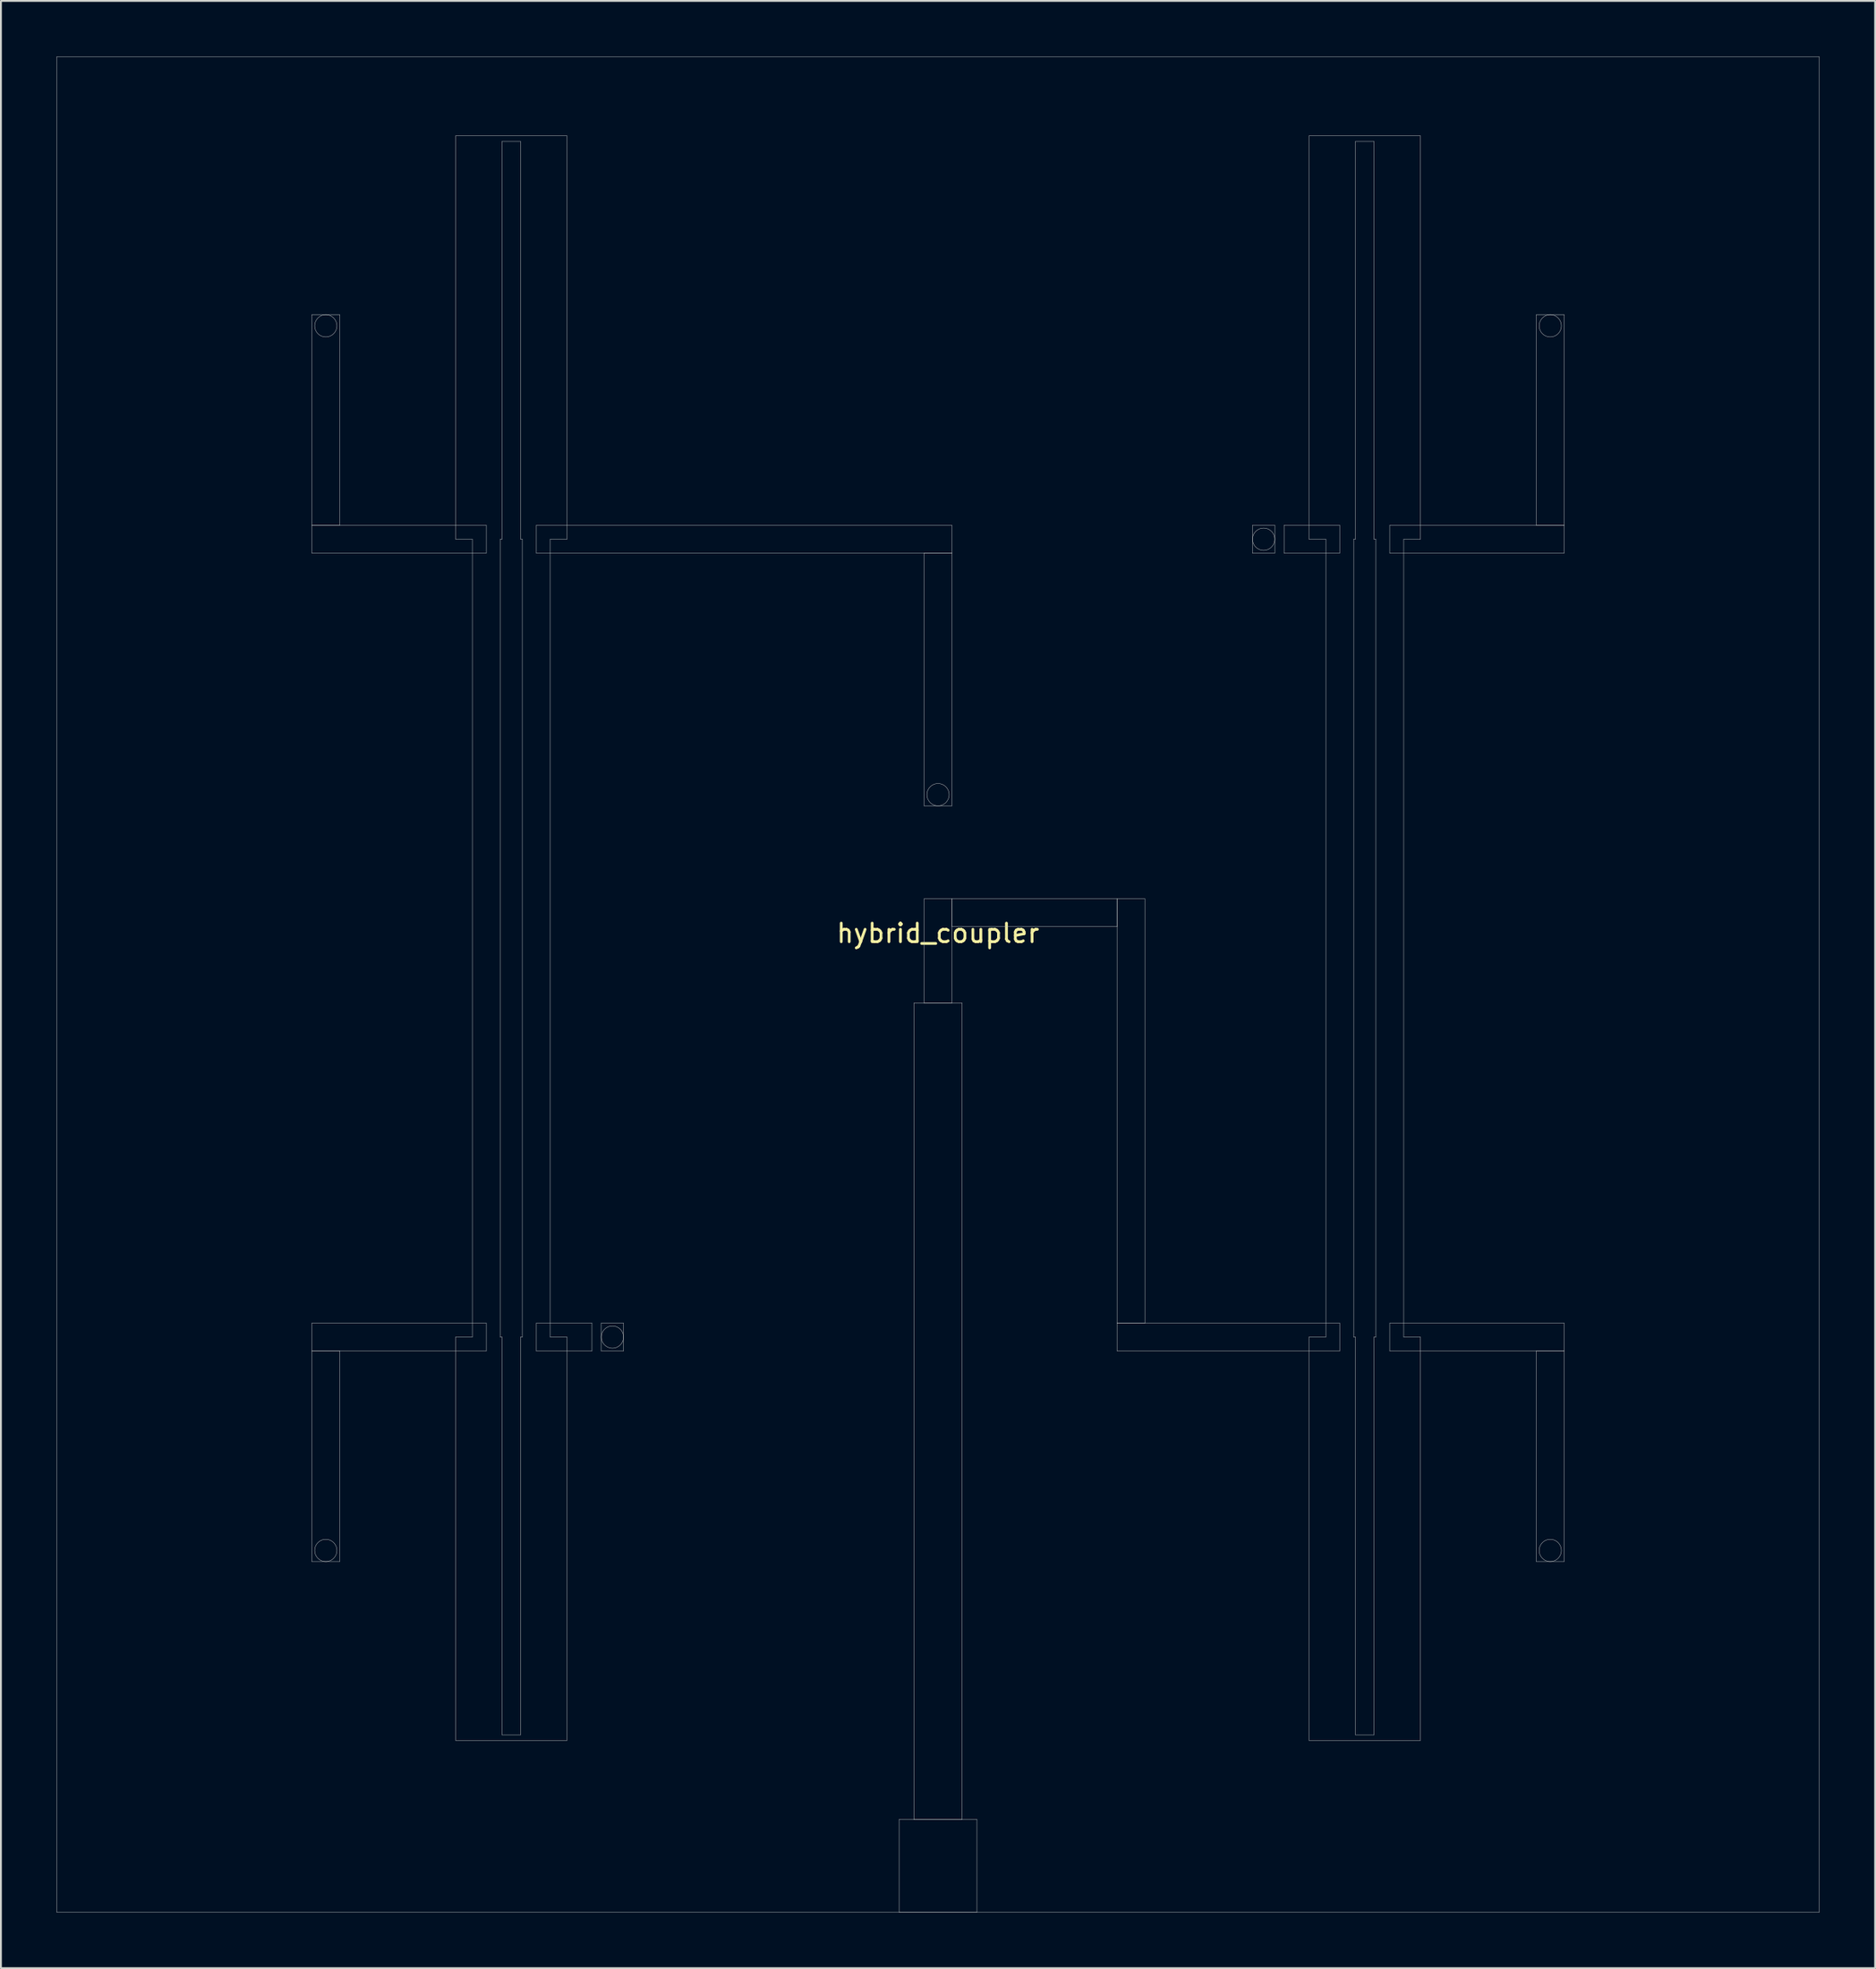
<source format=kicad_pcb>
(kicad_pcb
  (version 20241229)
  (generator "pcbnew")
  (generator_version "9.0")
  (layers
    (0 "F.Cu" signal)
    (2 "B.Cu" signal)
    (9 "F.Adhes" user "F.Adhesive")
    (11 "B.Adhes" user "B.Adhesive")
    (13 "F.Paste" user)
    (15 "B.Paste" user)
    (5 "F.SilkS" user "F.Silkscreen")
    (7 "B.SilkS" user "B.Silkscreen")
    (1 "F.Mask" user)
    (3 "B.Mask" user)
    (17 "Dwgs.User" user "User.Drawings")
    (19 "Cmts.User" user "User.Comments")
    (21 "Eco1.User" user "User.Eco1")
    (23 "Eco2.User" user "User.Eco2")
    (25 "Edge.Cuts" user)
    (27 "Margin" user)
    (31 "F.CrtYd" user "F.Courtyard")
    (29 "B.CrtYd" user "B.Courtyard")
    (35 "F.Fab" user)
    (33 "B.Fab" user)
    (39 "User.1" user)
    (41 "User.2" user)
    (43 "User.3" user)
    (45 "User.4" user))
  (footprint "hybrid_coupler"
    (layer "F.Cu")
    (at 47.508 46.746)
    (property "Reference" "hybrid_coupler" (at 0 0.5 0) (layer "F.SilkS") (effects (font (size 1 1) (thickness 0.15))))
    (attr through_hole)
    (fp_line (start -47.498 -46.736) (end -47.498 53.264) (stroke (width 0.02) (type solid)) (layer "Dwgs.User"))
    (fp_line (start -47.498 53.264) (end 47.502 53.264) (stroke (width 0.02) (type solid)) (layer "Dwgs.User"))
    (fp_line (start -33.748 -32.836) (end -33.748 -21.486) (stroke (width 0.02) (type solid)) (layer "Dwgs.User"))
    (fp_line (start -33.748 -21.486) (end -33.748 -19.986) (stroke (width 0.02) (type solid)) (layer "Dwgs.User"))
    (fp_line (start -33.748 -21.486) (end -32.248 -21.486) (stroke (width 0.02) (type solid)) (layer "Dwgs.User"))
    (fp_line (start -33.748 -19.986) (end -24.348 -19.986) (stroke (width 0.02) (type solid)) (layer "Dwgs.User"))
    (fp_line (start -33.748 21.514) (end -33.748 23.014) (stroke (width 0.02) (type solid)) (layer "Dwgs.User"))
    (fp_line (start -33.748 23.014) (end -33.748 34.364) (stroke (width 0.02) (type solid)) (layer "Dwgs.User"))
    (fp_line (start -33.748 23.014) (end -24.348 23.014) (stroke (width 0.02) (type solid)) (layer "Dwgs.User"))
    (fp_line (start -33.748 34.364) (end -32.248 34.364) (stroke (width 0.02) (type solid)) (layer "Dwgs.User"))
    (fp_line (start -32.248 -32.836) (end -33.748 -32.836) (stroke (width 0.02) (type solid)) (layer "Dwgs.User"))
    (fp_line (start -32.248 -21.486) (end -32.248 -32.836) (stroke (width 0.02) (type solid)) (layer "Dwgs.User"))
    (fp_line (start -32.248 23.014) (end -33.748 23.014) (stroke (width 0.02) (type solid)) (layer "Dwgs.User"))
    (fp_line (start -32.248 34.364) (end -32.248 23.014) (stroke (width 0.02) (type solid)) (layer "Dwgs.User"))
    (fp_line (start -25.998 -42.472) (end -25.998 -20.736) (stroke (width 0.02) (type solid)) (layer "Dwgs.User"))
    (fp_line (start -25.998 -20.736) (end -25.098 -20.736) (stroke (width 0.02) (type solid)) (layer "Dwgs.User"))
    (fp_line (start -25.998 22.264) (end -25.998 44) (stroke (width 0.02) (type solid)) (layer "Dwgs.User"))
    (fp_line (start -25.998 44) (end -19.998 44) (stroke (width 0.02) (type solid)) (layer "Dwgs.User"))
    (fp_line (start -25.098 -20.736) (end -25.098 22.264) (stroke (width 0.02) (type solid)) (layer "Dwgs.User"))
    (fp_line (start -25.098 22.264) (end -25.998 22.264) (stroke (width 0.02) (type solid)) (layer "Dwgs.User"))
    (fp_line (start -24.348 -21.486) (end -33.748 -21.486) (stroke (width 0.02) (type solid)) (layer "Dwgs.User"))
    (fp_line (start -24.348 -19.986) (end -24.348 -21.486) (stroke (width 0.02) (type solid)) (layer "Dwgs.User"))
    (fp_line (start -24.348 21.514) (end -33.748 21.514) (stroke (width 0.02) (type solid)) (layer "Dwgs.User"))
    (fp_line (start -24.348 23.014) (end -24.348 21.514) (stroke (width 0.02) (type solid)) (layer "Dwgs.User"))
    (fp_line (start -23.598 -20.736) (end -23.498 -20.736) (stroke (width 0.02) (type solid)) (layer "Dwgs.User"))
    (fp_line (start -23.598 22.264) (end -23.598 -20.736) (stroke (width 0.02) (type solid)) (layer "Dwgs.User"))
    (fp_line (start -23.498 -42.172) (end -22.498 -42.172) (stroke (width 0.02) (type solid)) (layer "Dwgs.User"))
    (fp_line (start -23.498 -20.736) (end -23.498 -42.172) (stroke (width 0.02) (type solid)) (layer "Dwgs.User"))
    (fp_line (start -23.498 22.264) (end -23.598 22.264) (stroke (width 0.02) (type solid)) (layer "Dwgs.User"))
    (fp_line (start -23.498 43.7) (end -23.498 22.264) (stroke (width 0.02) (type solid)) (layer "Dwgs.User"))
    (fp_line (start -22.498 -42.172) (end -22.498 -20.736) (stroke (width 0.02) (type solid)) (layer "Dwgs.User"))
    (fp_line (start -22.498 -20.736) (end -22.398 -20.736) (stroke (width 0.02) (type solid)) (layer "Dwgs.User"))
    (fp_line (start -22.498 22.264) (end -22.498 43.7) (stroke (width 0.02) (type solid)) (layer "Dwgs.User"))
    (fp_line (start -22.498 43.7) (end -23.498 43.7) (stroke (width 0.02) (type solid)) (layer "Dwgs.User"))
    (fp_line (start -22.398 -20.736) (end -22.398 22.264) (stroke (width 0.02) (type solid)) (layer "Dwgs.User"))
    (fp_line (start -22.398 22.264) (end -22.498 22.264) (stroke (width 0.02) (type solid)) (layer "Dwgs.User"))
    (fp_line (start -21.648 -21.486) (end -21.648 -19.986) (stroke (width 0.02) (type solid)) (layer "Dwgs.User"))
    (fp_line (start -21.648 -19.986) (end 0.752 -19.986) (stroke (width 0.02) (type solid)) (layer "Dwgs.User"))
    (fp_line (start -21.648 21.514) (end -21.648 23.014) (stroke (width 0.02) (type solid)) (layer "Dwgs.User"))
    (fp_line (start -21.648 23.014) (end -18.648 23.014) (stroke (width 0.02) (type solid)) (layer "Dwgs.User"))
    (fp_line (start -20.898 -20.736) (end -19.998 -20.736) (stroke (width 0.02) (type solid)) (layer "Dwgs.User"))
    (fp_line (start -20.898 22.264) (end -20.898 -20.736) (stroke (width 0.02) (type solid)) (layer "Dwgs.User"))
    (fp_line (start -19.998 -42.472) (end -25.998 -42.472) (stroke (width 0.02) (type solid)) (layer "Dwgs.User"))
    (fp_line (start -19.998 -20.736) (end -19.998 -42.472) (stroke (width 0.02) (type solid)) (layer "Dwgs.User"))
    (fp_line (start -19.998 22.264) (end -20.898 22.264) (stroke (width 0.02) (type solid)) (layer "Dwgs.User"))
    (fp_line (start -19.998 44) (end -19.998 22.264) (stroke (width 0.02) (type solid)) (layer "Dwgs.User"))
    (fp_line (start -18.648 21.514) (end -21.648 21.514) (stroke (width 0.02) (type solid)) (layer "Dwgs.User"))
    (fp_line (start -18.648 23.014) (end -18.648 21.514) (stroke (width 0.02) (type solid)) (layer "Dwgs.User"))
    (fp_line (start -18.148 21.514) (end -18.148 23.014) (stroke (width 0.02) (type solid)) (layer "Dwgs.User"))
    (fp_line (start -18.148 23.014) (end -16.948 23.014) (stroke (width 0.02) (type solid)) (layer "Dwgs.User"))
    (fp_line (start -16.948 21.514) (end -18.148 21.514) (stroke (width 0.02) (type solid)) (layer "Dwgs.User"))
    (fp_line (start -16.948 23.014) (end -16.948 21.514) (stroke (width 0.02) (type solid)) (layer "Dwgs.User"))
    (fp_line (start -2.098 48.264) (end -2.098 53.264) (stroke (width 0.02) (type solid)) (layer "Dwgs.User"))
    (fp_line (start -2.098 53.264) (end 2.102 53.264) (stroke (width 0.02) (type solid)) (layer "Dwgs.User"))
    (fp_line (start -1.298 4.264) (end -1.298 48.264) (stroke (width 0.02) (type solid)) (layer "Dwgs.User"))
    (fp_line (start -1.298 48.264) (end 1.302 48.264) (stroke (width 0.02) (type solid)) (layer "Dwgs.User"))
    (fp_line (start -0.748 -19.986) (end -0.748 -6.368) (stroke (width 0.02) (type solid)) (layer "Dwgs.User"))
    (fp_line (start -0.748 -6.368) (end 0.752 -6.368) (stroke (width 0.02) (type solid)) (layer "Dwgs.User"))
    (fp_line (start -0.748 -1.352) (end -0.748 4.264) (stroke (width 0.02) (type solid)) (layer "Dwgs.User"))
    (fp_line (start -0.748 4.264) (end 0.752 4.264) (stroke (width 0.02) (type solid)) (layer "Dwgs.User"))
    (fp_line (start 0.752 -21.486) (end -21.648 -21.486) (stroke (width 0.02) (type solid)) (layer "Dwgs.User"))
    (fp_line (start 0.752 -19.986) (end -0.748 -19.986) (stroke (width 0.02) (type solid)) (layer "Dwgs.User"))
    (fp_line (start 0.752 -19.986) (end 0.752 -21.486) (stroke (width 0.02) (type solid)) (layer "Dwgs.User"))
    (fp_line (start 0.752 -6.368) (end 0.752 -19.986) (stroke (width 0.02) (type solid)) (layer "Dwgs.User"))
    (fp_line (start 0.752 -1.352) (end -0.748 -1.352) (stroke (width 0.02) (type solid)) (layer "Dwgs.User"))
    (fp_line (start 0.752 -1.352) (end 0.752 0.148) (stroke (width 0.02) (type solid)) (layer "Dwgs.User"))
    (fp_line (start 0.752 0.148) (end 9.652 0.148) (stroke (width 0.02) (type solid)) (layer "Dwgs.User"))
    (fp_line (start 0.752 4.264) (end 0.752 -1.352) (stroke (width 0.02) (type solid)) (layer "Dwgs.User"))
    (fp_line (start 1.302 4.264) (end -1.298 4.264) (stroke (width 0.02) (type solid)) (layer "Dwgs.User"))
    (fp_line (start 1.302 48.264) (end 1.302 4.264) (stroke (width 0.02) (type solid)) (layer "Dwgs.User"))
    (fp_line (start 2.102 48.264) (end -2.098 48.264) (stroke (width 0.02) (type solid)) (layer "Dwgs.User"))
    (fp_line (start 2.102 53.264) (end 2.102 48.264) (stroke (width 0.02) (type solid)) (layer "Dwgs.User"))
    (fp_line (start 9.652 -1.352) (end 0.752 -1.352) (stroke (width 0.02) (type solid)) (layer "Dwgs.User"))
    (fp_line (start 9.652 -1.352) (end 9.652 21.514) (stroke (width 0.02) (type solid)) (layer "Dwgs.User"))
    (fp_line (start 9.652 0.148) (end 9.652 -1.352) (stroke (width 0.02) (type solid)) (layer "Dwgs.User"))
    (fp_line (start 9.652 21.514) (end 9.652 23.014) (stroke (width 0.02) (type solid)) (layer "Dwgs.User"))
    (fp_line (start 9.652 21.514) (end 11.152 21.514) (stroke (width 0.02) (type solid)) (layer "Dwgs.User"))
    (fp_line (start 9.652 23.014) (end 21.652 23.014) (stroke (width 0.02) (type solid)) (layer "Dwgs.User"))
    (fp_line (start 11.152 -1.352) (end 9.652 -1.352) (stroke (width 0.02) (type solid)) (layer "Dwgs.User"))
    (fp_line (start 11.152 21.514) (end 11.152 -1.352) (stroke (width 0.02) (type solid)) (layer "Dwgs.User"))
    (fp_line (start 16.952 -21.486) (end 16.952 -19.986) (stroke (width 0.02) (type solid)) (layer "Dwgs.User"))
    (fp_line (start 16.952 -19.986) (end 18.152 -19.986) (stroke (width 0.02) (type solid)) (layer "Dwgs.User"))
    (fp_line (start 18.152 -21.486) (end 16.952 -21.486) (stroke (width 0.02) (type solid)) (layer "Dwgs.User"))
    (fp_line (start 18.152 -19.986) (end 18.152 -21.486) (stroke (width 0.02) (type solid)) (layer "Dwgs.User"))
    (fp_line (start 18.652 -21.486) (end 18.652 -19.986) (stroke (width 0.02) (type solid)) (layer "Dwgs.User"))
    (fp_line (start 18.652 -19.986) (end 21.652 -19.986) (stroke (width 0.02) (type solid)) (layer "Dwgs.User"))
    (fp_line (start 20.002 -42.472) (end 20.002 -20.736) (stroke (width 0.02) (type solid)) (layer "Dwgs.User"))
    (fp_line (start 20.002 -20.736) (end 20.902 -20.736) (stroke (width 0.02) (type solid)) (layer "Dwgs.User"))
    (fp_line (start 20.002 22.264) (end 20.002 44) (stroke (width 0.02) (type solid)) (layer "Dwgs.User"))
    (fp_line (start 20.002 44) (end 26.002 44) (stroke (width 0.02) (type solid)) (layer "Dwgs.User"))
    (fp_line (start 20.902 -20.736) (end 20.902 22.264) (stroke (width 0.02) (type solid)) (layer "Dwgs.User"))
    (fp_line (start 20.902 22.264) (end 20.002 22.264) (stroke (width 0.02) (type solid)) (layer "Dwgs.User"))
    (fp_line (start 21.652 -21.486) (end 18.652 -21.486) (stroke (width 0.02) (type solid)) (layer "Dwgs.User"))
    (fp_line (start 21.652 -19.986) (end 21.652 -21.486) (stroke (width 0.02) (type solid)) (layer "Dwgs.User"))
    (fp_line (start 21.652 21.514) (end 9.652 21.514) (stroke (width 0.02) (type solid)) (layer "Dwgs.User"))
    (fp_line (start 21.652 23.014) (end 21.652 21.514) (stroke (width 0.02) (type solid)) (layer "Dwgs.User"))
    (fp_line (start 22.402 -20.736) (end 22.502 -20.736) (stroke (width 0.02) (type solid)) (layer "Dwgs.User"))
    (fp_line (start 22.402 22.264) (end 22.402 -20.736) (stroke (width 0.02) (type solid)) (layer "Dwgs.User"))
    (fp_line (start 22.502 -42.172) (end 23.502 -42.172) (stroke (width 0.02) (type solid)) (layer "Dwgs.User"))
    (fp_line (start 22.502 -20.736) (end 22.502 -42.172) (stroke (width 0.02) (type solid)) (layer "Dwgs.User"))
    (fp_line (start 22.502 22.264) (end 22.402 22.264) (stroke (width 0.02) (type solid)) (layer "Dwgs.User"))
    (fp_line (start 22.502 43.7) (end 22.502 22.264) (stroke (width 0.02) (type solid)) (layer "Dwgs.User"))
    (fp_line (start 23.502 -42.172) (end 23.502 -20.736) (stroke (width 0.02) (type solid)) (layer "Dwgs.User"))
    (fp_line (start 23.502 -20.736) (end 23.602 -20.736) (stroke (width 0.02) (type solid)) (layer "Dwgs.User"))
    (fp_line (start 23.502 22.264) (end 23.502 43.7) (stroke (width 0.02) (type solid)) (layer "Dwgs.User"))
    (fp_line (start 23.502 43.7) (end 22.502 43.7) (stroke (width 0.02) (type solid)) (layer "Dwgs.User"))
    (fp_line (start 23.602 -20.736) (end 23.602 22.264) (stroke (width 0.02) (type solid)) (layer "Dwgs.User"))
    (fp_line (start 23.602 22.264) (end 23.502 22.264) (stroke (width 0.02) (type solid)) (layer "Dwgs.User"))
    (fp_line (start 24.352 -21.486) (end 24.352 -19.986) (stroke (width 0.02) (type solid)) (layer "Dwgs.User"))
    (fp_line (start 24.352 -19.986) (end 33.752 -19.986) (stroke (width 0.02) (type solid)) (layer "Dwgs.User"))
    (fp_line (start 24.352 21.514) (end 24.352 23.014) (stroke (width 0.02) (type solid)) (layer "Dwgs.User"))
    (fp_line (start 24.352 23.014) (end 33.752 23.014) (stroke (width 0.02) (type solid)) (layer "Dwgs.User"))
    (fp_line (start 25.102 -20.736) (end 26.002 -20.736) (stroke (width 0.02) (type solid)) (layer "Dwgs.User"))
    (fp_line (start 25.102 22.264) (end 25.102 -20.736) (stroke (width 0.02) (type solid)) (layer "Dwgs.User"))
    (fp_line (start 26.002 -42.472) (end 20.002 -42.472) (stroke (width 0.02) (type solid)) (layer "Dwgs.User"))
    (fp_line (start 26.002 -20.736) (end 26.002 -42.472) (stroke (width 0.02) (type solid)) (layer "Dwgs.User"))
    (fp_line (start 26.002 22.264) (end 25.102 22.264) (stroke (width 0.02) (type solid)) (layer "Dwgs.User"))
    (fp_line (start 26.002 44) (end 26.002 22.264) (stroke (width 0.02) (type solid)) (layer "Dwgs.User"))
    (fp_line (start 32.252 -32.836) (end 32.252 -21.486) (stroke (width 0.02) (type solid)) (layer "Dwgs.User"))
    (fp_line (start 32.252 -21.486) (end 33.752 -21.486) (stroke (width 0.02) (type solid)) (layer "Dwgs.User"))
    (fp_line (start 32.252 23.014) (end 32.252 34.364) (stroke (width 0.02) (type solid)) (layer "Dwgs.User"))
    (fp_line (start 32.252 34.364) (end 33.752 34.364) (stroke (width 0.02) (type solid)) (layer "Dwgs.User"))
    (fp_line (start 33.752 -32.836) (end 32.252 -32.836) (stroke (width 0.02) (type solid)) (layer "Dwgs.User"))
    (fp_line (start 33.752 -21.486) (end 24.352 -21.486) (stroke (width 0.02) (type solid)) (layer "Dwgs.User"))
    (fp_line (start 33.752 -21.486) (end 33.752 -32.836) (stroke (width 0.02) (type solid)) (layer "Dwgs.User"))
    (fp_line (start 33.752 -19.986) (end 33.752 -21.486) (stroke (width 0.02) (type solid)) (layer "Dwgs.User"))
    (fp_line (start 33.752 21.514) (end 24.352 21.514) (stroke (width 0.02) (type solid)) (layer "Dwgs.User"))
    (fp_line (start 33.752 23.014) (end 32.252 23.014) (stroke (width 0.02) (type solid)) (layer "Dwgs.User"))
    (fp_line (start 33.752 23.014) (end 33.752 21.514) (stroke (width 0.02) (type solid)) (layer "Dwgs.User"))
    (fp_line (start 33.752 34.364) (end 33.752 23.014) (stroke (width 0.02) (type solid)) (layer "Dwgs.User"))
    (fp_line (start 47.502 -46.736) (end -47.498 -46.736) (stroke (width 0.02) (type solid)) (layer "Dwgs.User"))
    (fp_line (start 47.502 53.264) (end 47.502 -46.736) (stroke (width 0.02) (type solid)) (layer "Dwgs.User"))
    (fp_circle (center -32.998 -32.236) (end -32.398 -32.236) (stroke (width 0.02) (type solid)) (fill no) (layer "Dwgs.User"))
    (fp_circle (center -32.998 33.764) (end -32.398 33.764) (stroke (width 0.02) (type solid)) (fill no) (layer "Dwgs.User"))
    (fp_circle (center -17.548 22.264) (end -16.948 22.264) (stroke (width 0.02) (type solid)) (fill no) (layer "Dwgs.User"))
    (fp_circle (center 0.002 -6.968) (end 0.602 -6.968) (stroke (width 0.02) (type solid)) (fill no) (layer "Dwgs.User"))
    (fp_circle (center 17.552 -20.736) (end 18.152 -20.736) (stroke (width 0.02) (type solid)) (fill no) (layer "Dwgs.User"))
    (fp_circle (center 33.002 -32.236) (end 33.602 -32.236) (stroke (width 0.02) (type solid)) (fill no) (layer "Dwgs.User"))
    (fp_circle (center 33.002 33.764) (end 33.602 33.764) (stroke (width 0.02) (type solid)) (fill no) (layer "Dwgs.User")))
  (gr_rect
    (start -3 -3)
    (end 98.02 103.02)
    (stroke (width 0.1) (type default))
    (fill no)
    (layer "Edge.Cuts")))
</source>
